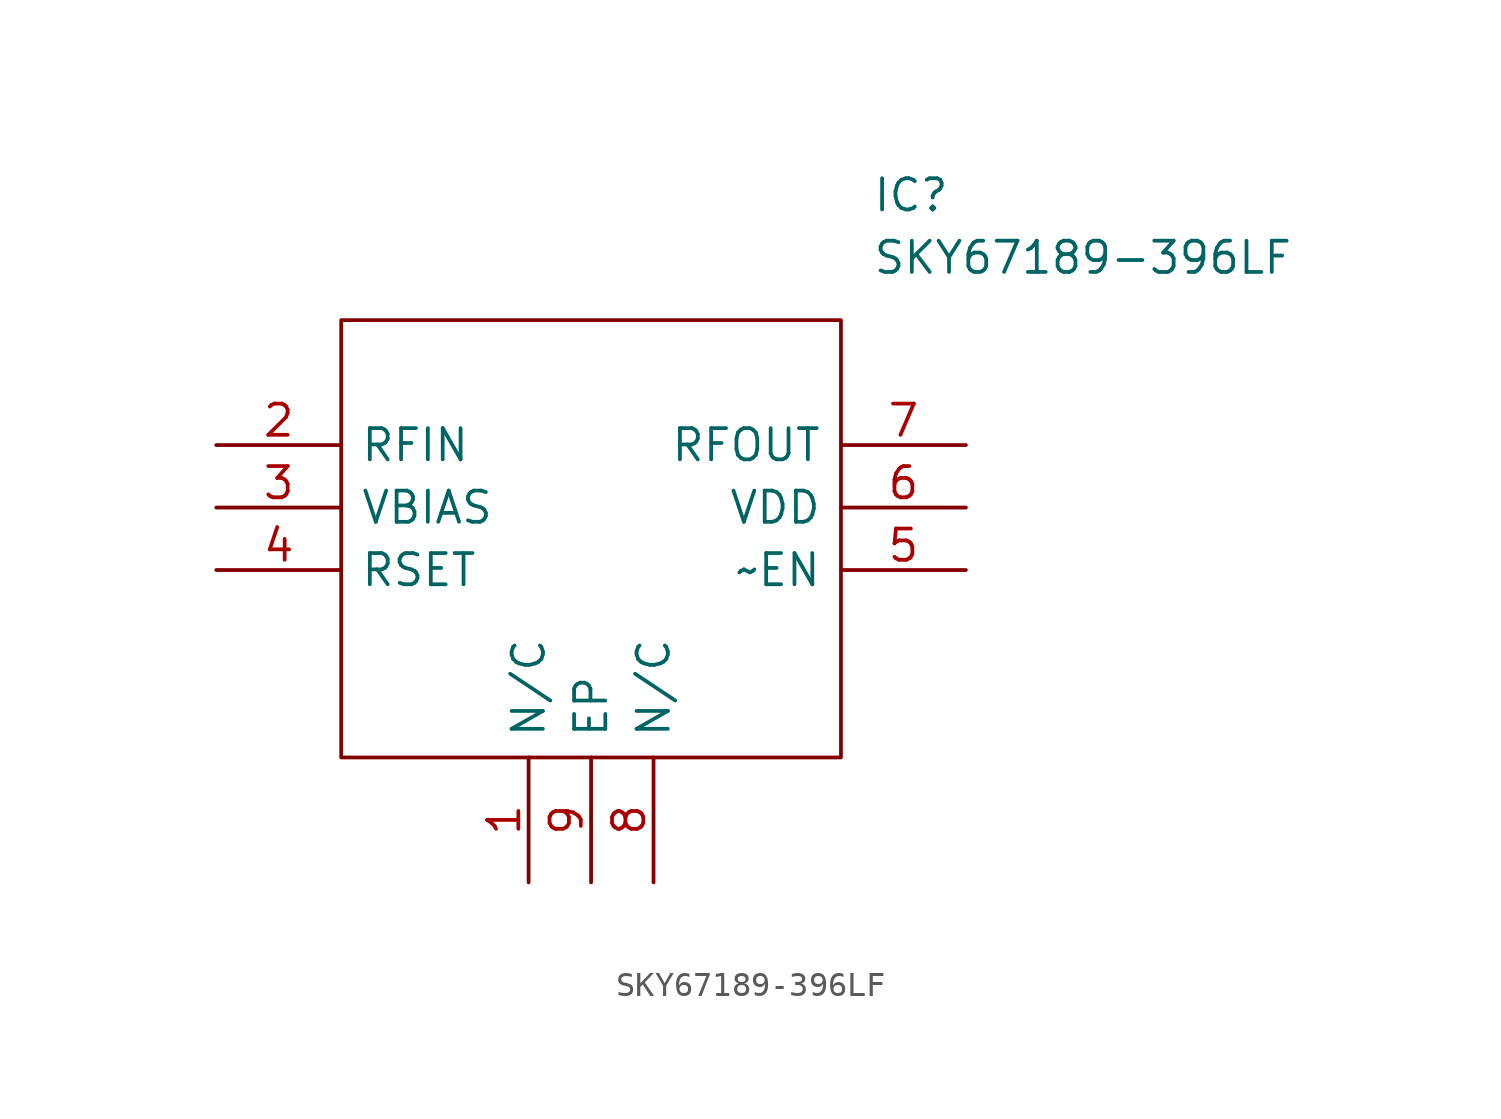
<source format=kicad_sym>
(kicad_symbol_lib
  (version 20211014)
  (generator kicad_symbol_editor)
  (symbol "SKY67189-396LF"
    (pin_names
      (offset 0.762))
    (property "Reference" "IC"
      (at 26.67 10.16 0)
      (effects (font (size 1.27 1.27)) (justify left)))
    (property "Value" "SKY67189-396LF"
      (at 26.67 7.62 0)
      (effects (font (size 1.27 1.27)) (justify left)))
    (symbol "SKY67189-396LF_0_0"
      (pin passive line (at 12.7 -17.78 90) (length 5.08) (name "N/C" (effects (font (size 1.27 1.27)))) (number "1" (effects (font (size 1.27 1.27)))))
      (pin passive line (at 0 0 0) (length 5.08) (name "RFIN" (effects (font (size 1.27 1.27)))) (number "2" (effects (font (size 1.27 1.27)))))
      (pin passive line (at 0 -2.54 0) (length 5.08) (name "VBIAS" (effects (font (size 1.27 1.27)))) (number "3" (effects (font (size 1.27 1.27)))))
      (pin passive line (at 0 -5.08 0) (length 5.08) (name "RSET" (effects (font (size 1.27 1.27)))) (number "4" (effects (font (size 1.27 1.27)))))
      (pin passive line (at 30.48 -5.08 180) (length 5.08) (name "~EN" (effects (font (size 1.27 1.27)))) (number "5" (effects (font (size 1.27 1.27)))))
      (pin passive line (at 30.48 -2.54 180) (length 5.08) (name "VDD" (effects (font (size 1.27 1.27)))) (number "6" (effects (font (size 1.27 1.27)))))
      (pin passive line (at 30.48 0 180) (length 5.08) (name "RFOUT" (effects (font (size 1.27 1.27)))) (number "7" (effects (font (size 1.27 1.27)))))
      (pin passive line (at 17.78 -17.78 90) (length 5.08) (name "N/C" (effects (font (size 1.27 1.27)))) (number "8" (effects (font (size 1.27 1.27)))))
      (pin passive line (at 15.24 -17.78 90) (length 5.08) (name "EP" (effects (font (size 1.27 1.27)))) (number "9" (effects (font (size 1.27 1.27))))))
    (symbol "SKY67189-396LF_0_1"
      (polyline (pts (xy 5.08 5.08) (xy 25.4 5.08) (xy 25.4 -12.7) (xy 5.08 -12.7) (xy 5.08 5.08)) (stroke (width 0.152) (type default) (color 0 0 0 0)) (fill (type none))))))
</source>
